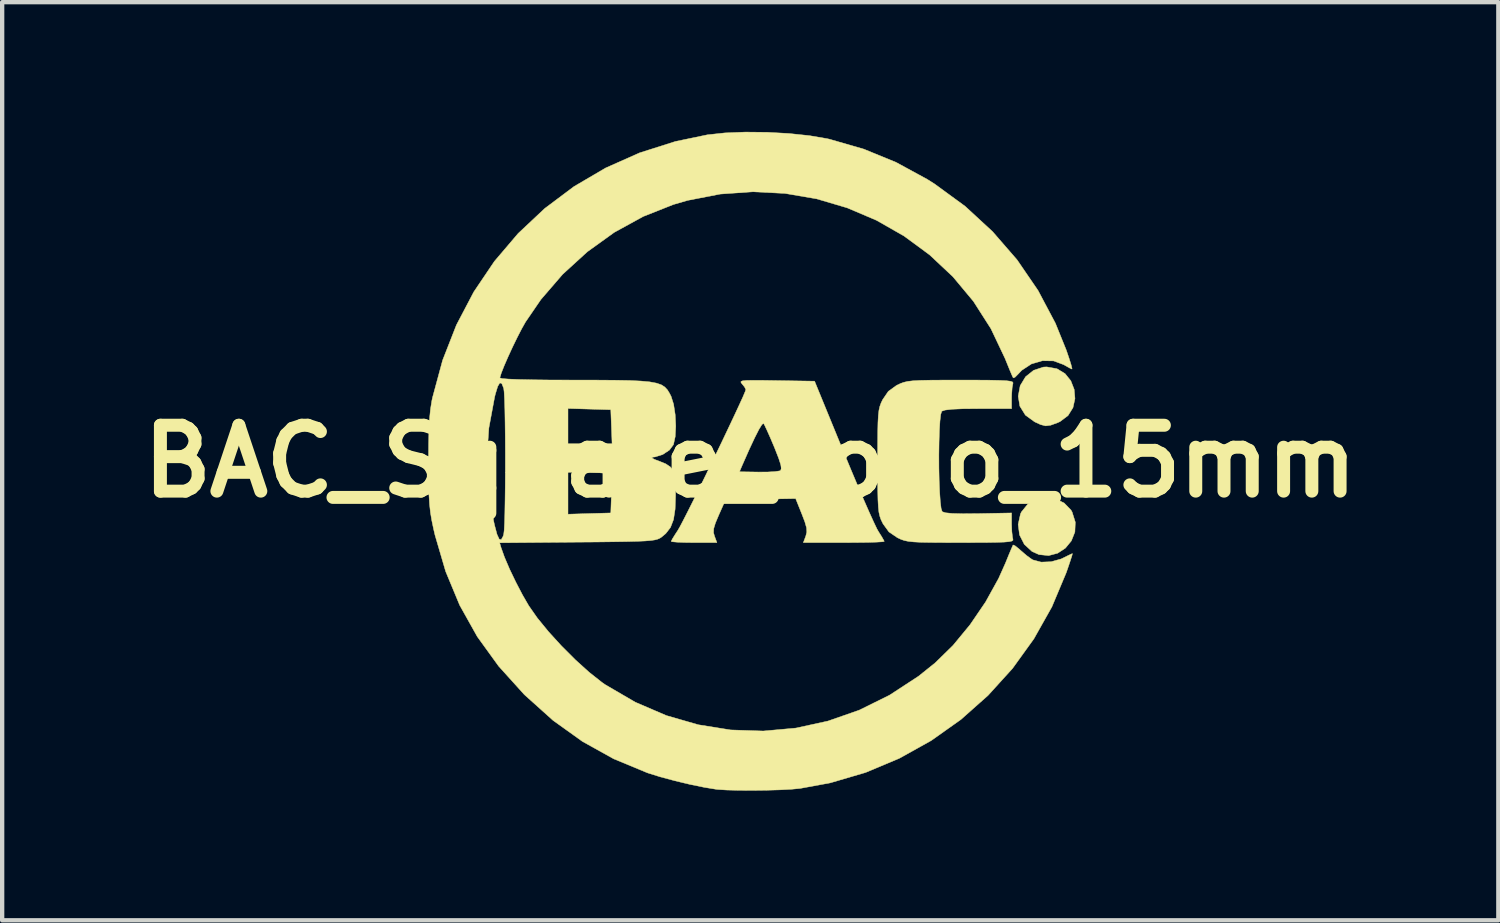
<source format=kicad_pcb>
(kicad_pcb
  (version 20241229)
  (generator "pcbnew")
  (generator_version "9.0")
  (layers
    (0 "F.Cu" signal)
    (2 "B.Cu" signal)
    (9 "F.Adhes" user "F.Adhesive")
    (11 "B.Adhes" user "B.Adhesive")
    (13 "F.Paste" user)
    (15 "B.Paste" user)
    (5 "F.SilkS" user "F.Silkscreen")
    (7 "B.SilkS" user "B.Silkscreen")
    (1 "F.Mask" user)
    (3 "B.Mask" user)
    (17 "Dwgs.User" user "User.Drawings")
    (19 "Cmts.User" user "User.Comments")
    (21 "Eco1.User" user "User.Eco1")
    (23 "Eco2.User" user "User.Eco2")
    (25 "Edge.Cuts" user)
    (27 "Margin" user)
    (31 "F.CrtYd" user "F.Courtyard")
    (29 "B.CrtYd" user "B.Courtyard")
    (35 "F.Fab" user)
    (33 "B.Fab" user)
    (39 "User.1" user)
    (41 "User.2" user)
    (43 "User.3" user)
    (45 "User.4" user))
  (footprint "BAC_Square_Logo_15mm"
    (layer "F.Cu")
    (at 14.304 7.621)
    (property "Reference" "BAC_Square_Logo_15mm" (at 0 0 0) (layer "F.SilkS") (effects (font (size 1.524 1.524) (thickness 0.3))))
    (attr through_hole)
    (fp_poly (pts (xy 7.056 0.868) (xy 7.259 0.963) (xy 7.417 1.125) (xy 7.445 1.173) (xy 7.519 1.408) (xy 7.509 1.635) (xy 7.428 1.839) (xy 7.29 2.007) (xy 7.111 2.125) (xy 6.902 2.18) (xy 6.679 2.157) (xy 6.518 2.085) (xy 6.339 1.92) (xy 6.229 1.703) (xy 6.197 1.46) (xy 6.25 1.22) (xy 6.271 1.173) (xy 6.415 0.995) (xy 6.61 0.884) (xy 6.831 0.842) (xy 7.056 0.868)) (stroke (width 0.01) (type solid)) (fill yes) (layer "F.SilkS"))
    (fp_poly (pts (xy 7.094 -2.142) (xy 7.281 -2.029) (xy 7.415 -1.863) (xy 7.493 -1.663) (xy 7.511 -1.45) (xy 7.465 -1.242) (xy 7.351 -1.059) (xy 7.165 -0.919) (xy 7.11 -0.894) (xy 6.948 -0.835) (xy 6.832 -0.82) (xy 6.715 -0.85) (xy 6.577 -0.914) (xy 6.364 -1.069) (xy 6.236 -1.276) (xy 6.198 -1.506) (xy 6.244 -1.75) (xy 6.368 -1.956) (xy 6.554 -2.105) (xy 6.781 -2.18) (xy 6.858 -2.184) (xy 7.094 -2.142)) (stroke (width 0.01) (type solid)) (fill yes) (layer "F.SilkS"))
    (fp_poly (pts (xy 0.29 -1.873) (xy 0.607 -1.868) (xy 0.608 -1.868) (xy 1.488 -1.854) (xy 2.16 -0.215) (xy 2.323 0.178) (xy 2.479 0.549) (xy 2.624 0.886) (xy 2.751 1.175) (xy 2.855 1.404) (xy 2.93 1.562) (xy 2.966 1.625) (xy 3.044 1.749) (xy 3.092 1.834) (xy 3.099 1.853) (xy 3.051 1.861) (xy 2.917 1.869) (xy 2.713 1.875) (xy 2.455 1.878) (xy 2.163 1.88) (xy 1.228 1.88) (xy 1.284 1.731) (xy 1.308 1.638) (xy 1.302 1.537) (xy 1.262 1.397) (xy 1.195 1.222) (xy 1.05 0.861) (xy 0.239 0.875) (xy -0.571 0.889) (xy -0.726 1.237) (xy -0.806 1.427) (xy -0.845 1.556) (xy -0.849 1.652) (xy -0.826 1.732) (xy -0.771 1.88) (xy -1.3 1.88) (xy -1.518 1.877) (xy -1.692 1.87) (xy -1.802 1.86) (xy -1.829 1.851) (xy -1.802 1.796) (xy -1.734 1.687) (xy -1.679 1.603) (xy -1.63 1.519) (xy -1.547 1.361) (xy -1.435 1.141) (xy -1.3 0.872) (xy -1.15 0.567) (xy -0.991 0.241) (xy -0.25 0.241) (xy 0.193 0.248) (xy 0.4 0.247) (xy 0.572 0.237) (xy 0.68 0.221) (xy 0.699 0.213) (xy 0.719 0.17) (xy 0.706 0.079) (xy 0.656 -0.075) (xy 0.566 -0.305) (xy 0.554 -0.334) (xy 0.465 -0.544) (xy 0.387 -0.719) (xy 0.331 -0.838) (xy 0.308 -0.878) (xy 0.271 -0.852) (xy 0.201 -0.739) (xy 0.102 -0.544) (xy -0.024 -0.275) (xy -0.172 0.06) (xy -0.182 0.082) (xy -0.25 0.241) (xy -0.991 0.241) (xy -0.99 0.239) (xy -0.826 -0.099) (xy -0.665 -0.433) (xy -0.513 -0.753) (xy -0.376 -1.043) (xy -0.26 -1.292) (xy -0.171 -1.487) (xy -0.117 -1.615) (xy -0.102 -1.66) (xy -0.132 -1.72) (xy -0.187 -1.788) (xy -0.214 -1.822) (xy -0.215 -1.846) (xy -0.178 -1.862) (xy -0.09 -1.871) (xy 0.062 -1.874) (xy 0.29 -1.873)) (stroke (width 0.01) (type solid)) (fill yes) (layer "F.SilkS"))
    (fp_poly (pts (xy 5.256 -1.879) (xy 5.553 -1.877) (xy 5.772 -1.872) (xy 5.922 -1.865) (xy 6.016 -1.853) (xy 6.065 -1.837) (xy 6.079 -1.815) (xy 6.076 -1.799) (xy 6.058 -1.703) (xy 6.047 -1.55) (xy 6.045 -1.469) (xy 6.045 -1.219) (xy 5.268 -1.219) (xy 4.92 -1.216) (xy 4.669 -1.205) (xy 4.508 -1.186) (xy 4.432 -1.16) (xy 4.43 -1.158) (xy 4.406 -1.085) (xy 4.388 -0.929) (xy 4.375 -0.709) (xy 4.367 -0.444) (xy 4.363 -0.15) (xy 4.364 0.152) (xy 4.37 0.446) (xy 4.381 0.712) (xy 4.396 0.932) (xy 4.415 1.089) (xy 4.439 1.163) (xy 4.441 1.165) (xy 4.516 1.19) (xy 4.674 1.206) (xy 4.92 1.212) (xy 5.261 1.209) (xy 5.279 1.209) (xy 6.045 1.194) (xy 6.045 1.456) (xy 6.051 1.624) (xy 6.066 1.756) (xy 6.076 1.799) (xy 6.077 1.824) (xy 6.051 1.844) (xy 5.986 1.858) (xy 5.872 1.868) (xy 5.697 1.874) (xy 5.449 1.878) (xy 5.118 1.879) (xy 4.868 1.88) (xy 4.479 1.879) (xy 4.178 1.877) (xy 3.95 1.873) (xy 3.781 1.864) (xy 3.657 1.851) (xy 3.563 1.831) (xy 3.487 1.805) (xy 3.412 1.77) (xy 3.402 1.765) (xy 3.208 1.633) (xy 3.072 1.446) (xy 3.061 1.424) (xy 3.024 1.348) (xy 2.997 1.27) (xy 2.976 1.178) (xy 2.963 1.056) (xy 2.954 0.891) (xy 2.949 0.666) (xy 2.947 0.369) (xy 2.946 0) (xy 2.947 -0.382) (xy 2.949 -0.676) (xy 2.954 -0.898) (xy 2.963 -1.062) (xy 2.977 -1.182) (xy 2.998 -1.273) (xy 3.026 -1.35) (xy 3.061 -1.424) (xy 3.193 -1.618) (xy 3.38 -1.754) (xy 3.402 -1.765) (xy 3.477 -1.801) (xy 3.553 -1.828) (xy 3.643 -1.849) (xy 3.763 -1.863) (xy 3.925 -1.872) (xy 4.145 -1.877) (xy 4.436 -1.879) (xy 4.812 -1.88) (xy 4.868 -1.88) (xy 5.256 -1.879)) (stroke (width 0.01) (type solid)) (fill yes) (layer "F.SilkS"))
    (fp_poly (pts (xy 0.392 -7.611) (xy 0.897 -7.583) (xy 1.371 -7.533) (xy 1.781 -7.463) (xy 1.83 -7.452) (xy 2.627 -7.222) (xy 3.373 -6.916) (xy 4.093 -6.524) (xy 4.267 -6.414) (xy 4.97 -5.9) (xy 5.606 -5.313) (xy 6.171 -4.662) (xy 6.657 -3.952) (xy 7.059 -3.193) (xy 7.308 -2.578) (xy 7.374 -2.385) (xy 7.421 -2.235) (xy 7.443 -2.147) (xy 7.442 -2.134) (xy 7.388 -2.158) (xy 7.283 -2.217) (xy 7.253 -2.235) (xy 7.017 -2.323) (xy 6.759 -2.327) (xy 6.504 -2.253) (xy 6.28 -2.106) (xy 6.194 -2.015) (xy 6.123 -1.944) (xy 6.083 -1.93) (xy 6.056 -1.986) (xy 6.002 -2.113) (xy 5.93 -2.29) (xy 5.894 -2.379) (xy 5.567 -3.068) (xy 5.163 -3.7) (xy 4.688 -4.27) (xy 4.15 -4.775) (xy 3.558 -5.211) (xy 2.92 -5.575) (xy 2.243 -5.863) (xy 1.535 -6.072) (xy 0.804 -6.197) (xy 0.058 -6.235) (xy -0.695 -6.182) (xy -1.447 -6.036) (xy -1.778 -5.94) (xy -2.477 -5.663) (xy -3.144 -5.297) (xy -3.768 -4.848) (xy -4.338 -4.328) (xy -4.842 -3.744) (xy -5.2 -3.221) (xy -5.287 -3.066) (xy -5.39 -2.866) (xy -5.499 -2.642) (xy -5.603 -2.416) (xy -5.693 -2.209) (xy -5.758 -2.044) (xy -5.79 -1.942) (xy -5.791 -1.93) (xy -5.741 -1.915) (xy -5.594 -1.903) (xy -5.353 -1.893) (xy -5.023 -1.886) (xy -4.609 -1.881) (xy -4.114 -1.88) (xy -4.065 -1.88) (xy -3.554 -1.879) (xy -3.135 -1.876) (xy -2.797 -1.87) (xy -2.53 -1.857) (xy -2.325 -1.838) (xy -2.17 -1.809) (xy -2.057 -1.77) (xy -1.976 -1.718) (xy -1.915 -1.652) (xy -1.865 -1.57) (xy -1.831 -1.503) (xy -1.773 -1.32) (xy -1.736 -1.077) (xy -1.723 -0.815) (xy -1.736 -0.571) (xy -1.776 -0.387) (xy -1.869 -0.261) (xy -2.024 -0.158) (xy -2.202 -0.102) (xy -2.245 -0.098) (xy -2.281 -0.083) (xy -2.219 -0.046) (xy -2.115 -0.007) (xy -1.954 0.058) (xy -1.845 0.132) (xy -1.778 0.235) (xy -1.742 0.388) (xy -1.729 0.609) (xy -1.727 0.784) (xy -1.738 1.106) (xy -1.775 1.347) (xy -1.845 1.529) (xy -1.954 1.67) (xy -2.048 1.749) (xy -2.09 1.777) (xy -2.139 1.799) (xy -2.205 1.817) (xy -2.3 1.831) (xy -2.433 1.842) (xy -2.616 1.85) (xy -2.86 1.856) (xy -3.174 1.861) (xy -3.57 1.866) (xy -3.994 1.869) (xy -5.797 1.884) (xy -5.764 1.996) (xy -5.685 2.217) (xy -5.567 2.493) (xy -5.422 2.795) (xy -5.267 3.092) (xy -5.123 3.341) (xy -4.925 3.624) (xy -4.665 3.942) (xy -4.364 4.272) (xy -4.044 4.592) (xy -3.726 4.879) (xy -3.433 5.111) (xy -3.353 5.167) (xy -2.66 5.571) (xy -1.941 5.88) (xy -1.202 6.093) (xy -0.452 6.213) (xy 0.302 6.238) (xy 1.054 6.17) (xy 1.796 6.008) (xy 2.521 5.755) (xy 3.221 5.409) (xy 3.89 4.972) (xy 4.277 4.662) (xy 4.69 4.258) (xy 5.085 3.779) (xy 5.443 3.254) (xy 5.745 2.708) (xy 5.902 2.357) (xy 5.977 2.172) (xy 6.038 2.027) (xy 6.075 1.944) (xy 6.08 1.934) (xy 6.123 1.952) (xy 6.213 2.023) (xy 6.262 2.067) (xy 6.391 2.178) (xy 6.51 2.264) (xy 6.537 2.28) (xy 6.729 2.331) (xy 6.961 2.322) (xy 7.191 2.258) (xy 7.239 2.235) (xy 7.362 2.174) (xy 7.44 2.138) (xy 7.452 2.134) (xy 7.442 2.178) (xy 7.404 2.297) (xy 7.346 2.469) (xy 7.308 2.578) (xy 6.977 3.366) (xy 6.561 4.105) (xy 6.068 4.789) (xy 5.502 5.413) (xy 4.873 5.972) (xy 4.186 6.459) (xy 3.448 6.87) (xy 2.667 7.198) (xy 1.849 7.438) (xy 1.152 7.566) (xy 0.954 7.585) (xy 0.685 7.599) (xy 0.373 7.608) (xy 0.045 7.612) (xy -0.27 7.61) (xy -0.545 7.603) (xy -0.752 7.59) (xy -0.787 7.586) (xy -1.062 7.541) (xy -1.394 7.473) (xy -1.747 7.388) (xy -2.083 7.298) (xy -2.364 7.21) (xy -2.382 7.204) (xy -3.158 6.882) (xy -3.881 6.48) (xy -4.561 5.993) (xy -5.207 5.413) (xy -5.234 5.387) (xy -5.82 4.738) (xy -6.314 4.055) (xy -6.721 3.328) (xy -7.045 2.548) (xy -7.292 1.706) (xy -7.324 1.569) (xy -7.366 1.37) (xy -7.397 1.186) (xy -7.418 0.995) (xy -7.432 0.777) (xy -7.439 0.509) (xy -7.442 0.17) (xy -7.442 0) (xy -7.442 -0.073) (xy -6.094 -0.073) (xy -6.058 0.633) (xy -5.938 1.369) (xy -5.914 1.478) (xy -5.858 1.689) (xy -5.807 1.8) (xy -5.761 1.814) (xy -5.716 1.732) (xy -5.703 1.689) (xy -5.692 1.599) (xy -5.683 1.422) (xy -5.677 1.223) (xy -4.216 1.223) (xy -3.721 1.208) (xy -3.226 1.194) (xy -3.211 0.766) (xy -3.208 0.53) (xy -3.221 0.381) (xy -3.252 0.306) (xy -3.262 0.297) (xy -3.34 0.278) (xy -3.492 0.264) (xy -3.69 0.256) (xy -3.772 0.255) (xy -4.216 0.254) (xy -4.216 1.223) (xy -5.677 1.223) (xy -5.676 1.176) (xy -5.671 0.875) (xy -5.667 0.535) (xy -5.665 0.173) (xy -5.665 -0.197) (xy -5.666 -0.406) (xy -4.216 -0.406) (xy -3.196 -0.406) (xy -3.211 -0.8) (xy -3.226 -1.194) (xy -4.216 -1.223) (xy -4.216 -0.406) (xy -5.666 -0.406) (xy -5.667 -0.559) (xy -5.671 -0.897) (xy -5.676 -1.194) (xy -5.684 -1.437) (xy -5.693 -1.608) (xy -5.703 -1.689) (xy -5.747 -1.799) (xy -5.792 -1.815) (xy -5.841 -1.735) (xy -5.896 -1.556) (xy -5.913 -1.486) (xy -6.046 -0.771) (xy -6.094 -0.073) (xy -7.442 -0.073) (xy -7.44 -0.406) (xy -7.432 -0.73) (xy -7.418 -0.991) (xy -7.396 -1.208) (xy -7.365 -1.402) (xy -7.35 -1.473) (xy -7.116 -2.338) (xy -6.796 -3.155) (xy -6.395 -3.919) (xy -5.918 -4.626) (xy -5.369 -5.271) (xy -4.754 -5.849) (xy -4.078 -6.356) (xy -3.345 -6.786) (xy -2.561 -7.135) (xy -1.731 -7.399) (xy -0.991 -7.553) (xy -0.584 -7.597) (xy -0.113 -7.616) (xy 0.392 -7.611)) (stroke (width 0.01) (type solid)) (fill yes) (layer "F.SilkS")))
  (gr_rect
    (start -3 -3)
    (end 31.608 18.238)
    (stroke (width 0.1) (type default))
    (fill no)
    (layer "Edge.Cuts")))
</source>
